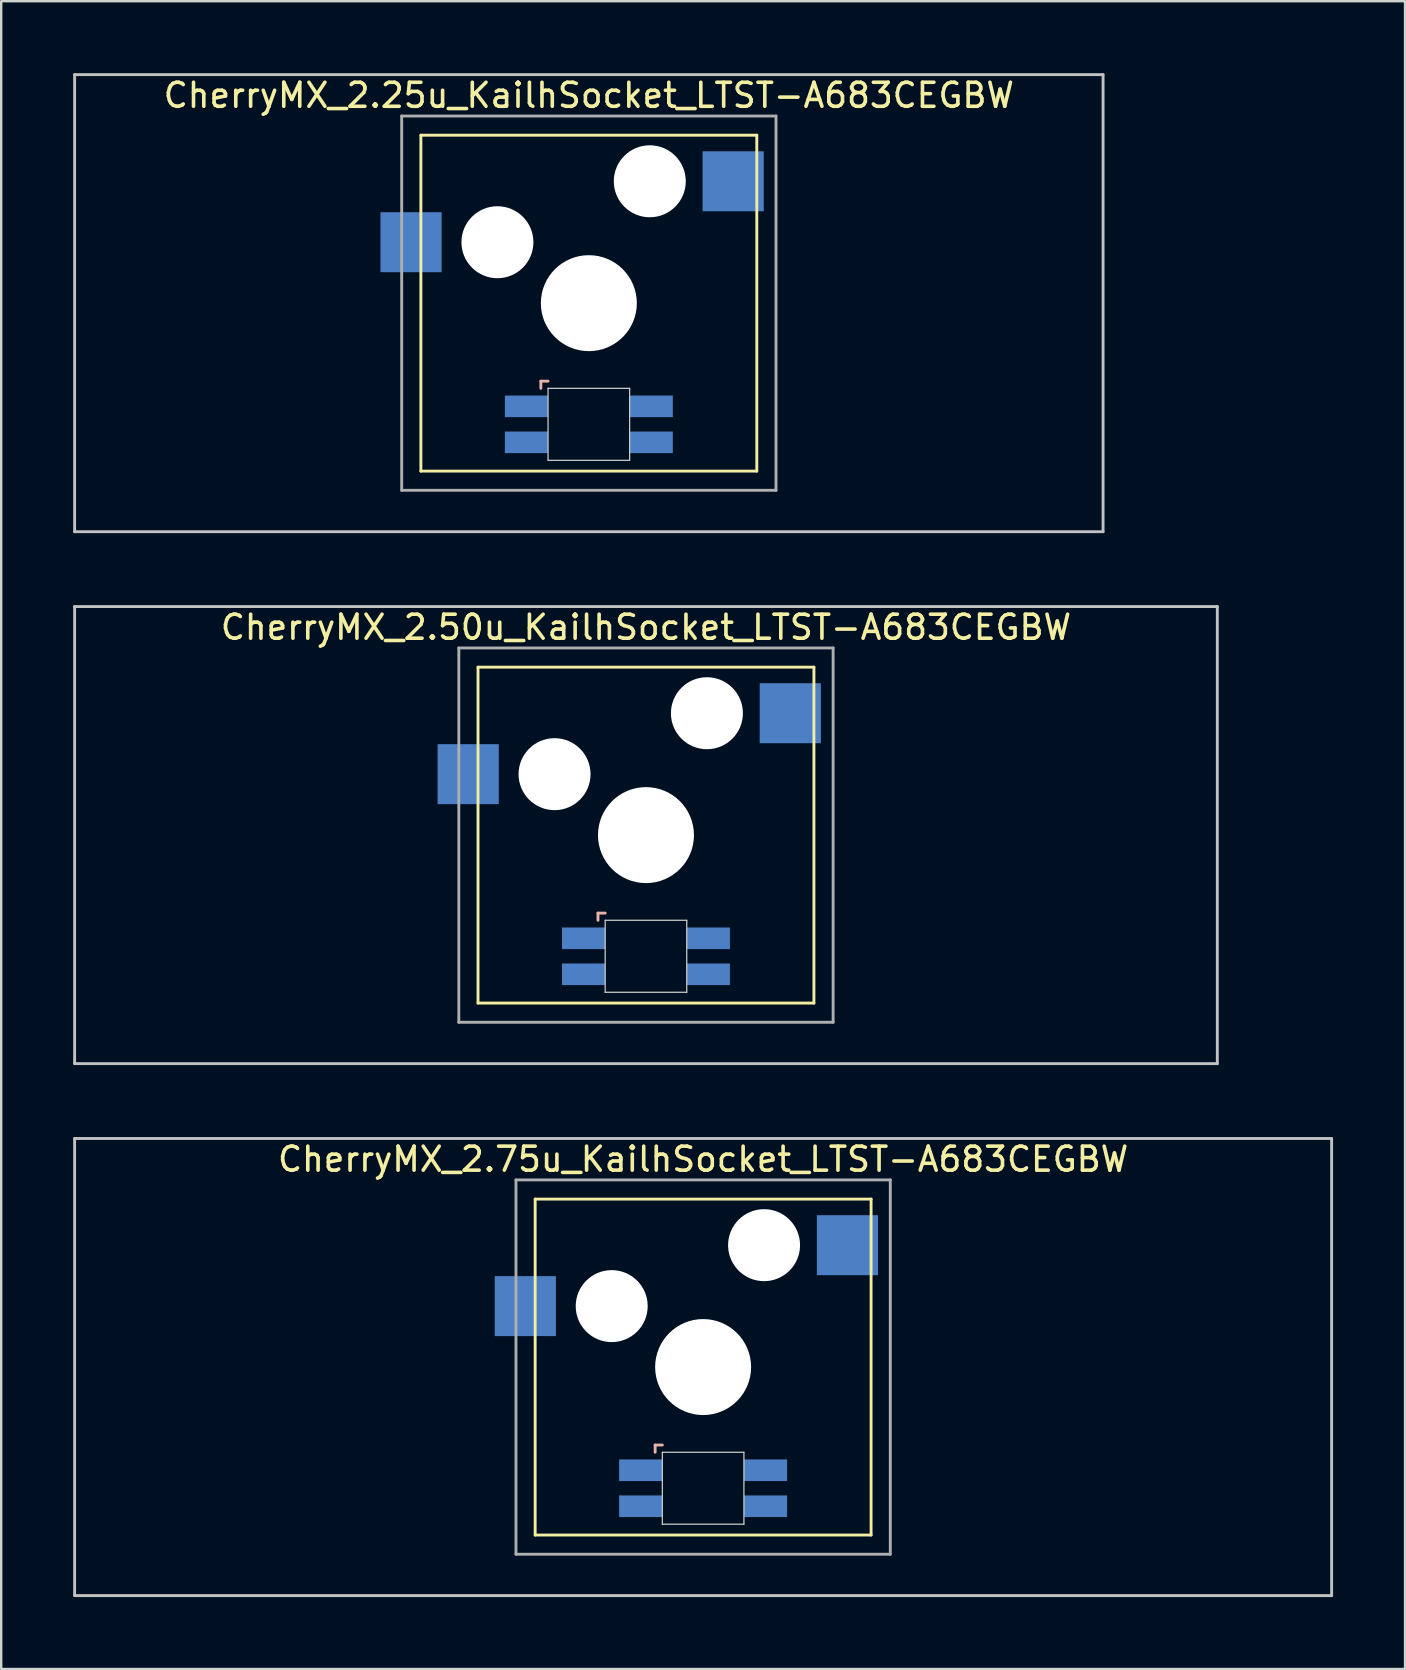
<source format=kicad_pcb>
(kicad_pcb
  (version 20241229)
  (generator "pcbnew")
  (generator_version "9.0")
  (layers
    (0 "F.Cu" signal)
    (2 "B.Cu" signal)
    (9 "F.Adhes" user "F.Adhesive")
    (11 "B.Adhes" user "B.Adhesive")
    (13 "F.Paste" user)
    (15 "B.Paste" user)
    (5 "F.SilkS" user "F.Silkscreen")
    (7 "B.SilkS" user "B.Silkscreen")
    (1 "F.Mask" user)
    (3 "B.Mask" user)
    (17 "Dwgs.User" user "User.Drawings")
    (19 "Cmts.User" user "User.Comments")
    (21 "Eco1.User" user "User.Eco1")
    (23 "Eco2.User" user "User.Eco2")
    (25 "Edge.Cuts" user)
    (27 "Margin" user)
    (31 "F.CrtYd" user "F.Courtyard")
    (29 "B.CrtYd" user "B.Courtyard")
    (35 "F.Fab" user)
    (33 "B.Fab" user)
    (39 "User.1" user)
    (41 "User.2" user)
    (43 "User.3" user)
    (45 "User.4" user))
  (footprint "CherryMX_2.50u_KailhSocket_LTST-A683CEGBW"
    (layer "F.Cu")
    (at 23.872 31.755)
    (property "Reference" "CherryMX_2.50u_KailhSocket_LTST-A683CEGBW" (at 0 -8.662 0) (layer "F.SilkS") (effects (font (size 1 1) (thickness 0.15))))
    (attr through_hole)
    (fp_line (start -7 -7) (end -7 7) (stroke (width 0.12) (type solid)) (layer "F.SilkS"))
    (fp_line (start -7 -7) (end 7 -7) (stroke (width 0.12) (type solid)) (layer "F.SilkS"))
    (fp_line (start 7 -7) (end 7 7) (stroke (width 0.12) (type solid)) (layer "F.SilkS"))
    (fp_line (start 7 7) (end -7 7) (stroke (width 0.12) (type solid)) (layer "F.SilkS"))
    (fp_line (start -2 3.25) (end -2 3.55) (stroke (width 0.12) (type solid)) (layer "B.SilkS"))
    (fp_line (start -1.7 3.25) (end -2 3.25) (stroke (width 0.12) (type solid)) (layer "B.SilkS"))
    (fp_line (start -23.812 -9.525) (end 23.812 -9.525) (stroke (width 0.12) (type solid)) (layer "Dwgs.User"))
    (fp_line (start -23.812 9.525) (end -23.812 -9.525) (stroke (width 0.12) (type solid)) (layer "Dwgs.User"))
    (fp_line (start 23.812 -9.525) (end 23.812 9.525) (stroke (width 0.12) (type solid)) (layer "Dwgs.User"))
    (fp_line (start 23.812 9.525) (end -23.812 9.525) (stroke (width 0.12) (type solid)) (layer "Dwgs.User"))
    (fp_line (start -1.7 3.55) (end 1.7 3.55) (stroke (width 0.05) (type solid)) (layer "Edge.Cuts"))
    (fp_line (start -1.7 6.55) (end -1.7 3.55) (stroke (width 0.05) (type solid)) (layer "Edge.Cuts"))
    (fp_line (start 1.7 3.55) (end 1.7 6.55) (stroke (width 0.05) (type solid)) (layer "Edge.Cuts"))
    (fp_line (start 1.7 6.55) (end -1.7 6.55) (stroke (width 0.05) (type solid)) (layer "Edge.Cuts"))
    (fp_line (start -7.8 -7.8) (end -7.8 7.8) (stroke (width 0.12) (type solid)) (layer "F.Fab"))
    (fp_line (start -7.8 -7.8) (end 7.8 -7.8) (stroke (width 0.12) (type solid)) (layer "F.Fab"))
    (fp_line (start -7.8 7.8) (end 7.8 7.8) (stroke (width 0.12) (type solid)) (layer "F.Fab"))
    (fp_line (start 7.8 -7.8) (end 7.8 7.8) (stroke (width 0.12) (type solid)) (layer "F.Fab"))
    (pad "" np_thru_hole circle (at -3.81 -2.54) (size 3 3) (drill 3) (layers "*.Cu" "*.Mask"))
    (pad "" np_thru_hole circle (at 0 0) (size 4 4) (drill 4) (layers "*.Cu" "*.Mask"))
    (pad "" np_thru_hole circle (at 2.54 -5.08) (size 3 3) (drill 3) (layers "*.Cu" "*.Mask"))
    (pad "1" smd rect (at -7.41 -2.54) (size 2.55 2.5) (layers "B.Cu" "B.Mask" "B.Paste"))
    (pad "2" smd rect (at 6.015 -5.08) (size 2.55 2.5) (layers "B.Cu" "B.Mask" "B.Paste"))
    (pad "3" smd rect (at -2.6 4.3) (size 1.8 0.9) (layers "B.Cu" "B.Mask" "B.Paste"))
    (pad "4" smd rect (at -2.6 5.8) (size 1.8 0.9) (layers "B.Cu" "B.Mask" "B.Paste"))
    (pad "5" smd rect (at 2.6 4.3) (size 1.8 0.9) (layers "B.Cu" "B.Mask" "B.Paste"))
    (pad "6" smd rect (at 2.6 5.8) (size 1.8 0.9) (layers "B.Cu" "B.Mask" "B.Paste")))
  (footprint "CherryMX_2.75u_KailhSocket_LTST-A683CEGBW"
    (layer "F.Cu")
    (at 26.254 53.925)
    (property "Reference" "CherryMX_2.75u_KailhSocket_LTST-A683CEGBW" (at 0 -8.662 0) (layer "F.SilkS") (effects (font (size 1 1) (thickness 0.15))))
    (attr through_hole)
    (fp_line (start -7 -7) (end -7 7) (stroke (width 0.12) (type solid)) (layer "F.SilkS"))
    (fp_line (start -7 -7) (end 7 -7) (stroke (width 0.12) (type solid)) (layer "F.SilkS"))
    (fp_line (start 7 -7) (end 7 7) (stroke (width 0.12) (type solid)) (layer "F.SilkS"))
    (fp_line (start 7 7) (end -7 7) (stroke (width 0.12) (type solid)) (layer "F.SilkS"))
    (fp_line (start -2 3.25) (end -2 3.55) (stroke (width 0.12) (type solid)) (layer "B.SilkS"))
    (fp_line (start -1.7 3.25) (end -2 3.25) (stroke (width 0.12) (type solid)) (layer "B.SilkS"))
    (fp_line (start -26.194 -9.525) (end 26.194 -9.525) (stroke (width 0.12) (type solid)) (layer "Dwgs.User"))
    (fp_line (start -26.194 9.525) (end -26.194 -9.525) (stroke (width 0.12) (type solid)) (layer "Dwgs.User"))
    (fp_line (start 26.194 -9.525) (end 26.194 9.525) (stroke (width 0.12) (type solid)) (layer "Dwgs.User"))
    (fp_line (start 26.194 9.525) (end -26.194 9.525) (stroke (width 0.12) (type solid)) (layer "Dwgs.User"))
    (fp_line (start -1.7 3.55) (end 1.7 3.55) (stroke (width 0.05) (type solid)) (layer "Edge.Cuts"))
    (fp_line (start -1.7 6.55) (end -1.7 3.55) (stroke (width 0.05) (type solid)) (layer "Edge.Cuts"))
    (fp_line (start 1.7 3.55) (end 1.7 6.55) (stroke (width 0.05) (type solid)) (layer "Edge.Cuts"))
    (fp_line (start 1.7 6.55) (end -1.7 6.55) (stroke (width 0.05) (type solid)) (layer "Edge.Cuts"))
    (fp_line (start -7.8 -7.8) (end -7.8 7.8) (stroke (width 0.12) (type solid)) (layer "F.Fab"))
    (fp_line (start -7.8 -7.8) (end 7.8 -7.8) (stroke (width 0.12) (type solid)) (layer "F.Fab"))
    (fp_line (start -7.8 7.8) (end 7.8 7.8) (stroke (width 0.12) (type solid)) (layer "F.Fab"))
    (fp_line (start 7.8 -7.8) (end 7.8 7.8) (stroke (width 0.12) (type solid)) (layer "F.Fab"))
    (pad "" np_thru_hole circle (at -3.81 -2.54) (size 3 3) (drill 3) (layers "*.Cu" "*.Mask"))
    (pad "" np_thru_hole circle (at 0 0) (size 4 4) (drill 4) (layers "*.Cu" "*.Mask"))
    (pad "" np_thru_hole circle (at 2.54 -5.08) (size 3 3) (drill 3) (layers "*.Cu" "*.Mask"))
    (pad "1" smd rect (at -7.41 -2.54) (size 2.55 2.5) (layers "B.Cu" "B.Mask" "B.Paste"))
    (pad "2" smd rect (at 6.015 -5.08) (size 2.55 2.5) (layers "B.Cu" "B.Mask" "B.Paste"))
    (pad "3" smd rect (at -2.6 4.3) (size 1.8 0.9) (layers "B.Cu" "B.Mask" "B.Paste"))
    (pad "4" smd rect (at -2.6 5.8) (size 1.8 0.9) (layers "B.Cu" "B.Mask" "B.Paste"))
    (pad "5" smd rect (at 2.6 4.3) (size 1.8 0.9) (layers "B.Cu" "B.Mask" "B.Paste"))
    (pad "6" smd rect (at 2.6 5.8) (size 1.8 0.9) (layers "B.Cu" "B.Mask" "B.Paste")))
  (footprint "CherryMX_2.25u_KailhSocket_LTST-A683CEGBW"
    (layer "F.Cu")
    (at 21.491 9.585)
    (property "Reference" "CherryMX_2.25u_KailhSocket_LTST-A683CEGBW" (at 0 -8.662 0) (layer "F.SilkS") (effects (font (size 1 1) (thickness 0.15))))
    (attr through_hole)
    (fp_line (start -7 -7) (end -7 7) (stroke (width 0.12) (type solid)) (layer "F.SilkS"))
    (fp_line (start -7 -7) (end 7 -7) (stroke (width 0.12) (type solid)) (layer "F.SilkS"))
    (fp_line (start 7 -7) (end 7 7) (stroke (width 0.12) (type solid)) (layer "F.SilkS"))
    (fp_line (start 7 7) (end -7 7) (stroke (width 0.12) (type solid)) (layer "F.SilkS"))
    (fp_line (start -2 3.25) (end -2 3.55) (stroke (width 0.12) (type solid)) (layer "B.SilkS"))
    (fp_line (start -1.7 3.25) (end -2 3.25) (stroke (width 0.12) (type solid)) (layer "B.SilkS"))
    (fp_line (start -21.431 -9.525) (end 21.431 -9.525) (stroke (width 0.12) (type solid)) (layer "Dwgs.User"))
    (fp_line (start -21.431 9.525) (end -21.431 -9.525) (stroke (width 0.12) (type solid)) (layer "Dwgs.User"))
    (fp_line (start 21.431 -9.525) (end 21.431 9.525) (stroke (width 0.12) (type solid)) (layer "Dwgs.User"))
    (fp_line (start 21.431 9.525) (end -21.431 9.525) (stroke (width 0.12) (type solid)) (layer "Dwgs.User"))
    (fp_line (start -1.7 3.55) (end 1.7 3.55) (stroke (width 0.05) (type solid)) (layer "Edge.Cuts"))
    (fp_line (start -1.7 6.55) (end -1.7 3.55) (stroke (width 0.05) (type solid)) (layer "Edge.Cuts"))
    (fp_line (start 1.7 3.55) (end 1.7 6.55) (stroke (width 0.05) (type solid)) (layer "Edge.Cuts"))
    (fp_line (start 1.7 6.55) (end -1.7 6.55) (stroke (width 0.05) (type solid)) (layer "Edge.Cuts"))
    (fp_line (start -7.8 -7.8) (end -7.8 7.8) (stroke (width 0.12) (type solid)) (layer "F.Fab"))
    (fp_line (start -7.8 -7.8) (end 7.8 -7.8) (stroke (width 0.12) (type solid)) (layer "F.Fab"))
    (fp_line (start -7.8 7.8) (end 7.8 7.8) (stroke (width 0.12) (type solid)) (layer "F.Fab"))
    (fp_line (start 7.8 -7.8) (end 7.8 7.8) (stroke (width 0.12) (type solid)) (layer "F.Fab"))
    (pad "" np_thru_hole circle (at -3.81 -2.54) (size 3 3) (drill 3) (layers "*.Cu" "*.Mask"))
    (pad "" np_thru_hole circle (at 0 0) (size 4 4) (drill 4) (layers "*.Cu" "*.Mask"))
    (pad "" np_thru_hole circle (at 2.54 -5.08) (size 3 3) (drill 3) (layers "*.Cu" "*.Mask"))
    (pad "1" smd rect (at -7.41 -2.54) (size 2.55 2.5) (layers "B.Cu" "B.Mask" "B.Paste"))
    (pad "2" smd rect (at 6.015 -5.08) (size 2.55 2.5) (layers "B.Cu" "B.Mask" "B.Paste"))
    (pad "3" smd rect (at -2.6 4.3) (size 1.8 0.9) (layers "B.Cu" "B.Mask" "B.Paste"))
    (pad "4" smd rect (at -2.6 5.8) (size 1.8 0.9) (layers "B.Cu" "B.Mask" "B.Paste"))
    (pad "5" smd rect (at 2.6 4.3) (size 1.8 0.9) (layers "B.Cu" "B.Mask" "B.Paste"))
    (pad "6" smd rect (at 2.6 5.8) (size 1.8 0.9) (layers "B.Cu" "B.Mask" "B.Paste")))
  (gr_rect
    (start -3 -3)
    (end 55.508 66.51)
    (stroke (width 0.1) (type default))
    (fill no)
    (layer "Edge.Cuts")))
</source>
